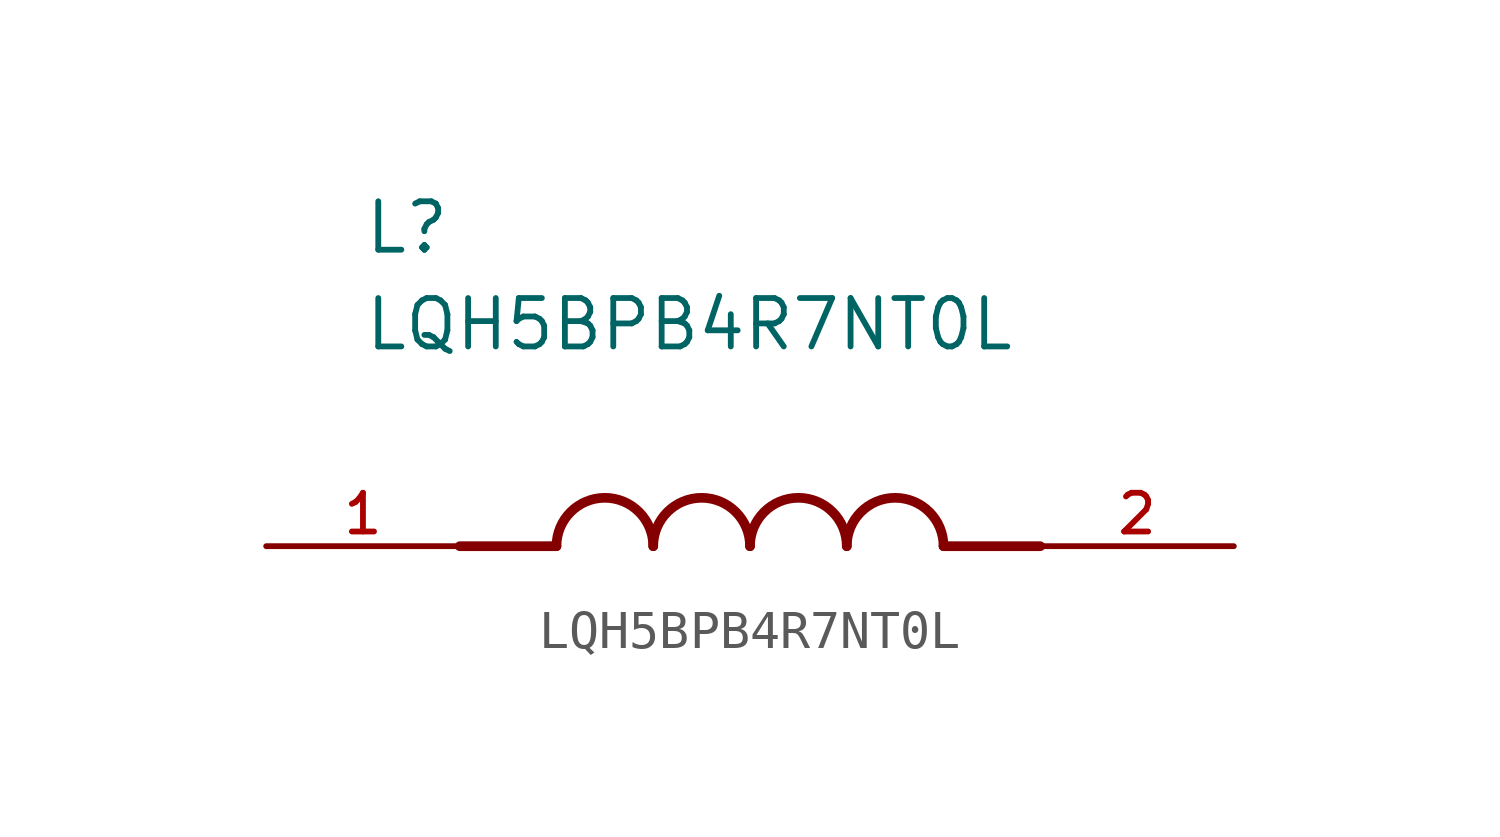
<source format=kicad_sym>
(kicad_symbol_lib
  (version 20211014)
  (generator kicad_symbol_editor)
  (symbol "LQH5BPB4R7NT0L"
    (pin_names
      (offset 1.016))
    (property "Reference" "L"
      (at -10.16 7.62 0)
      (effects (font (size 1.27 1.27)) (justify bottom left)))
    (property "Value" "LQH5BPB4R7NT0L"
      (at -10.16 5.08 0)
      (effects (font (size 1.27 1.27)) (justify bottom left)))
    (symbol "LQH5BPB4R7NT0L_0_0"
      (polyline (pts (xy -5.08 0.0) (xy -7.62 0.0)) (stroke (width 0.254)))
      (polyline (pts (xy 5.08 0.0) (xy 7.62 0.0)) (stroke (width 0.254)))
      (arc (start -2.54 0.0) (mid -3.81 1.27) (end -5.08 0.0) (stroke (width 0.254) (type default) (color 0 0 0 0)) (fill (type none)))
      (arc (start 0.0 0.0) (mid -1.27 1.27) (end -2.54 0.0) (stroke (width 0.254) (type default) (color 0 0 0 0)) (fill (type none)))
      (arc (start 2.54 0.0) (mid 1.27 1.27) (end 0.0 0.0) (stroke (width 0.254) (type default) (color 0 0 0 0)) (fill (type none)))
      (arc (start 5.08 0.0) (mid 3.81 1.27) (end 2.54 0.0) (stroke (width 0.254) (type default) (color 0 0 0 0)) (fill (type none)))
      (pin passive line (at -12.7 0.0 0) (length 5.08) (name "~" (effects (font (size 1.016 1.016)))) (number "1" (effects (font (size 1.016 1.016)))))
      (pin passive line (at 12.7 0.0 180.0) (length 5.08) (name "~" (effects (font (size 1.016 1.016)))) (number "2" (effects (font (size 1.016 1.016))))))))
</source>
